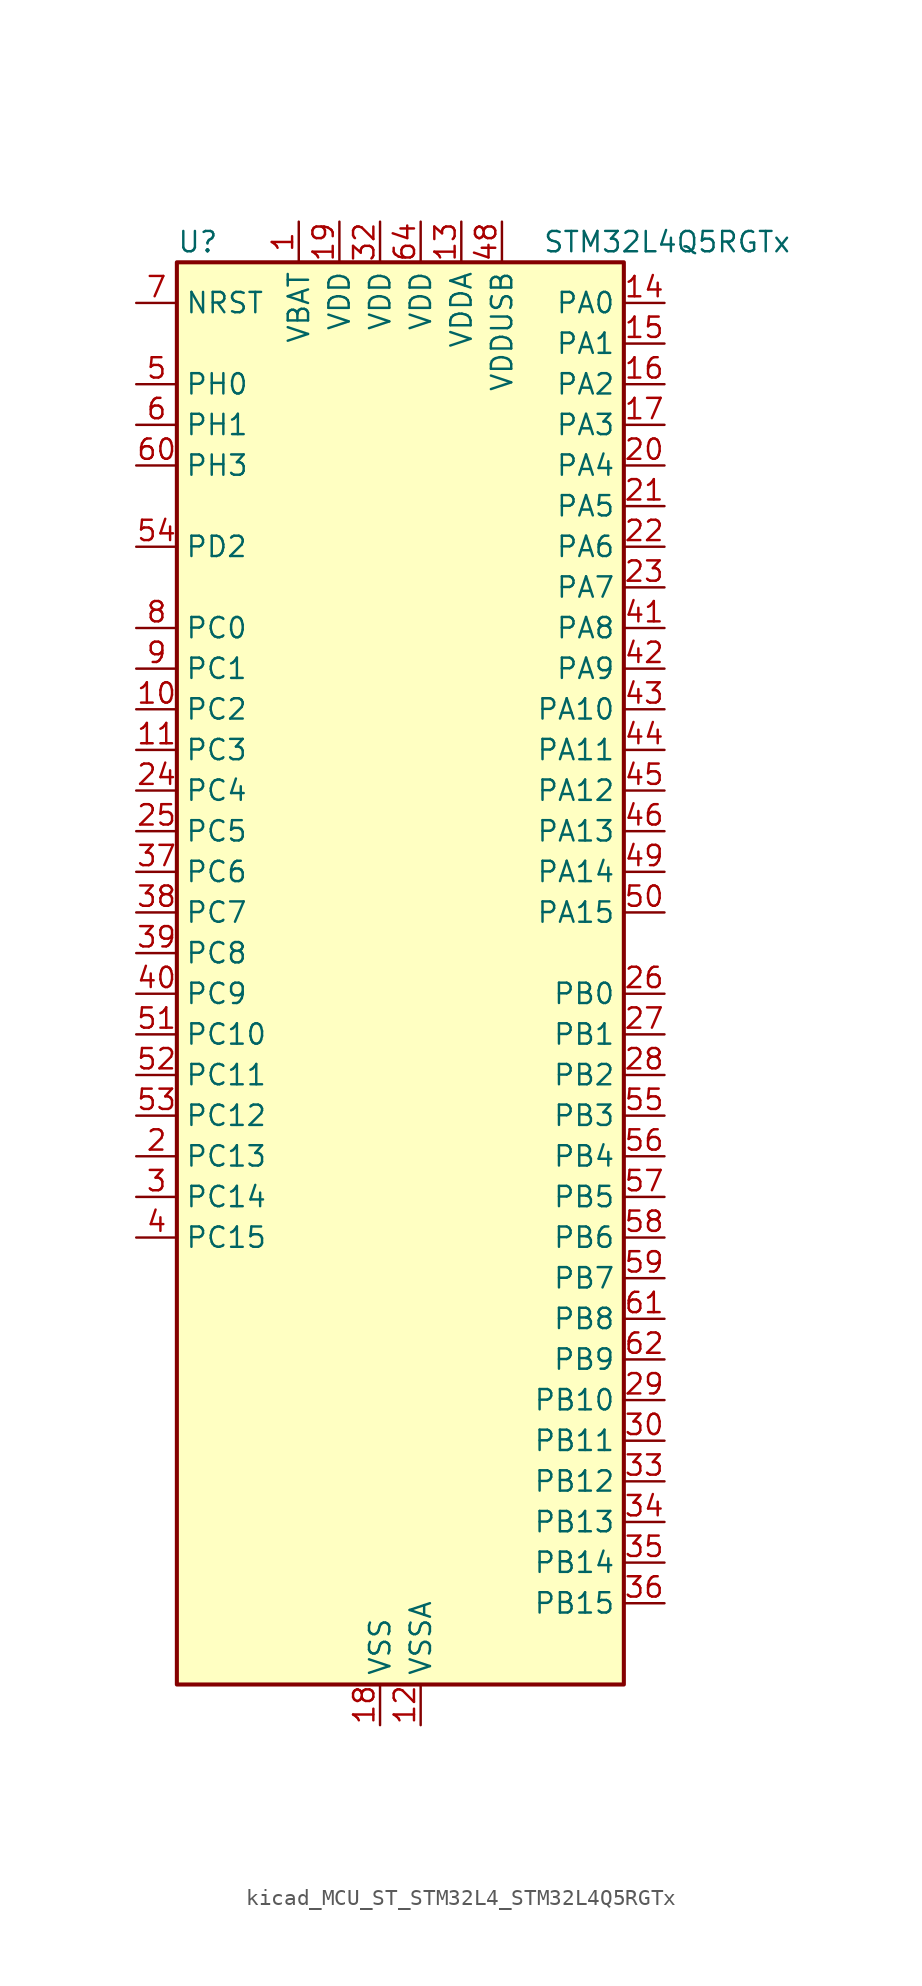
<source format=kicad_sym>
(kicad_symbol_lib
  (version 20220914)
  (generator kicad_symbol_editor)
  (symbol "kicad_MCU_ST_STM32L4_STM32L4Q5RGTx"
    (property "Reference" "U"
      (at -12.7 46.99 0)
      (effects (font (size 1.27 1.27)) (justify left)))
    (property "Value" "STM32L4Q5RGTx"
      (at 10.16 46.99 0)
      (effects (font (size 1.27 1.27)) (justify left)))
    (property "ki_locked" ""
      (at 0 0 0)
      (effects (font (size 1.27 1.27))))
    (symbol "kicad_MCU_ST_STM32L4_STM32L4Q5RGTx_0_1"
      (rectangle (start -12.7 -43.18) (end 15.24 45.72) (stroke (width 0.254) (type default)) (fill (type background))))
    (symbol "kicad_MCU_ST_STM32L4_STM32L4Q5RGTx_1_1"
      (pin power_in line (at -5.08 48.26 270) (length 2.54) (name "VBAT" (effects (font (size 1.27 1.27)))) (number "1" (effects (font (size 1.27 1.27)))))
      (pin bidirectional line (at -15.24 17.78 0) (length 2.54) (name "PC2" (effects (font (size 1.27 1.27)))) (number "10" (effects (font (size 1.27 1.27)))) (alternate "ADC1_IN3" bidirectional line) (alternate "ADC2_IN3" bidirectional line) (alternate "DFSDM1_CKOUT" bidirectional line) (alternate "LPTIM1_IN2" bidirectional line) (alternate "LTDC_HSYNC" bidirectional line) (alternate "OCTOSPIM_P1_IO5" bidirectional line) (alternate "SPI2_MISO" bidirectional line))
      (pin bidirectional line (at -15.24 15.24 0) (length 2.54) (name "PC3" (effects (font (size 1.27 1.27)))) (number "11" (effects (font (size 1.27 1.27)))) (alternate "ADC1_IN4" bidirectional line) (alternate "ADC2_IN4" bidirectional line) (alternate "LPTIM1_ETR" bidirectional line) (alternate "LPTIM2_ETR" bidirectional line) (alternate "OCTOSPIM_P1_IO6" bidirectional line) (alternate "SAI1_D1" bidirectional line) (alternate "SAI1_SD_A" bidirectional line) (alternate "SPI2_MOSI" bidirectional line))
      (pin power_in line (at 2.54 -45.72 90) (length 2.54) (name "VSSA" (effects (font (size 1.27 1.27)))) (number "12" (effects (font (size 1.27 1.27)))))
      (pin power_in line (at 5.08 48.26 270) (length 2.54) (name "VDDA" (effects (font (size 1.27 1.27)))) (number "13" (effects (font (size 1.27 1.27)))))
      (pin bidirectional line (at 17.78 43.18 180) (length 2.54) (name "PA0" (effects (font (size 1.27 1.27)))) (number "14" (effects (font (size 1.27 1.27)))) (alternate "ADC1_IN5" bidirectional line) (alternate "ADC2_IN5" bidirectional line) (alternate "OPAMP1_VINP" bidirectional line) (alternate "RTC_TAMP2" bidirectional line) (alternate "SAI1_EXTCLK" bidirectional line) (alternate "SYS_WKUP1" bidirectional line) (alternate "TIM2_CH1" bidirectional line) (alternate "TIM2_ETR" bidirectional line) (alternate "TIM5_CH1" bidirectional line) (alternate "TIM8_ETR" bidirectional line) (alternate "UART4_TX" bidirectional line) (alternate "USART2_CTS" bidirectional line) (alternate "USART2_NSS" bidirectional line))
      (pin bidirectional line (at 17.78 40.64 180) (length 2.54) (name "PA1" (effects (font (size 1.27 1.27)))) (number "15" (effects (font (size 1.27 1.27)))) (alternate "ADC1_IN6" bidirectional line) (alternate "ADC2_IN6" bidirectional line) (alternate "I2C1_SMBA" bidirectional line) (alternate "OCTOSPIM_P1_DQS" bidirectional line) (alternate "OPAMP1_VINM" bidirectional line) (alternate "SDMMC2_CMD" bidirectional line) (alternate "SPI1_SCK" bidirectional line) (alternate "TIM15_CH1N" bidirectional line) (alternate "TIM2_CH2" bidirectional line) (alternate "TIM5_CH2" bidirectional line) (alternate "UART4_RX" bidirectional line) (alternate "USART2_DE" bidirectional line) (alternate "USART2_RTS" bidirectional line))
      (pin bidirectional line (at 17.78 38.1 180) (length 2.54) (name "PA2" (effects (font (size 1.27 1.27)))) (number "16" (effects (font (size 1.27 1.27)))) (alternate "ADC1_IN7" bidirectional line) (alternate "ADC2_IN7" bidirectional line) (alternate "LPUART1_TX" bidirectional line) (alternate "OCTOSPIM_P1_NCS" bidirectional line) (alternate "RCC_LSCO" bidirectional line) (alternate "SAI2_EXTCLK" bidirectional line) (alternate "SYS_WKUP4" bidirectional line) (alternate "TIM15_CH1" bidirectional line) (alternate "TIM2_CH3" bidirectional line) (alternate "TIM5_CH3" bidirectional line) (alternate "USART2_TX" bidirectional line))
      (pin bidirectional line (at 17.78 35.56 180) (length 2.54) (name "PA3" (effects (font (size 1.27 1.27)))) (number "17" (effects (font (size 1.27 1.27)))) (alternate "ADC1_IN8" bidirectional line) (alternate "ADC2_IN8" bidirectional line) (alternate "LPUART1_RX" bidirectional line) (alternate "OCTOSPIM_P1_CLK" bidirectional line) (alternate "OPAMP1_VOUT" bidirectional line) (alternate "SAI1_CK1" bidirectional line) (alternate "SAI1_MCLK_A" bidirectional line) (alternate "TIM15_CH2" bidirectional line) (alternate "TIM2_CH4" bidirectional line) (alternate "TIM5_CH4" bidirectional line) (alternate "USART2_RX" bidirectional line))
      (pin power_in line (at 0 -45.72 90) (length 2.54) (name "VSS" (effects (font (size 1.27 1.27)))) (number "18" (effects (font (size 1.27 1.27)))))
      (pin power_in line (at -2.54 48.26 270) (length 2.54) (name "VDD" (effects (font (size 1.27 1.27)))) (number "19" (effects (font (size 1.27 1.27)))))
      (pin bidirectional line (at -15.24 -10.16 0) (length 2.54) (name "PC13" (effects (font (size 1.27 1.27)))) (number "2" (effects (font (size 1.27 1.27)))) (alternate "RTC_OUT1" bidirectional line) (alternate "RTC_TAMP1" bidirectional line) (alternate "RTC_TS" bidirectional line) (alternate "SYS_WKUP2" bidirectional line))
      (pin bidirectional line (at 17.78 33.02 180) (length 2.54) (name "PA4" (effects (font (size 1.27 1.27)))) (number "20" (effects (font (size 1.27 1.27)))) (alternate "ADC1_IN9" bidirectional line) (alternate "ADC2_IN9" bidirectional line) (alternate "DAC1_OUT1" bidirectional line) (alternate "DCMI_HSYNC" bidirectional line) (alternate "LPTIM2_OUT" bidirectional line) (alternate "LTDC_CLK" bidirectional line) (alternate "OCTOSPIM_P1_NCS" bidirectional line) (alternate "PSSI_DE" bidirectional line) (alternate "SAI1_FS_B" bidirectional line) (alternate "SPI1_NSS" bidirectional line) (alternate "SPI3_NSS" bidirectional line) (alternate "USART2_CK" bidirectional line))
      (pin bidirectional line (at 17.78 30.48 180) (length 2.54) (name "PA5" (effects (font (size 1.27 1.27)))) (number "21" (effects (font (size 1.27 1.27)))) (alternate "ADC1_IN10" bidirectional line) (alternate "ADC2_IN10" bidirectional line) (alternate "DAC1_OUT2" bidirectional line) (alternate "LPTIM2_ETR" bidirectional line) (alternate "LTDC_R7" bidirectional line) (alternate "PSSI_D14" bidirectional line) (alternate "SPI1_SCK" bidirectional line) (alternate "TIM2_CH1" bidirectional line) (alternate "TIM2_ETR" bidirectional line) (alternate "TIM8_CH1N" bidirectional line))
      (pin bidirectional line (at 17.78 27.94 180) (length 2.54) (name "PA6" (effects (font (size 1.27 1.27)))) (number "22" (effects (font (size 1.27 1.27)))) (alternate "ADC1_IN11" bidirectional line) (alternate "ADC2_IN11" bidirectional line) (alternate "DCMI_PIXCLK" bidirectional line) (alternate "LPUART1_CTS" bidirectional line) (alternate "OCTOSPIM_P1_IO3" bidirectional line) (alternate "OPAMP2_VINP" bidirectional line) (alternate "PSSI_PDCK" bidirectional line) (alternate "SPI1_MISO" bidirectional line) (alternate "TIM16_CH1" bidirectional line) (alternate "TIM1_BKIN" bidirectional line) (alternate "TIM3_CH1" bidirectional line) (alternate "TIM8_BKIN" bidirectional line) (alternate "USART3_CTS" bidirectional line) (alternate "USART3_NSS" bidirectional line))
      (pin bidirectional line (at 17.78 25.4 180) (length 2.54) (name "PA7" (effects (font (size 1.27 1.27)))) (number "23" (effects (font (size 1.27 1.27)))) (alternate "ADC1_IN12" bidirectional line) (alternate "ADC2_IN12" bidirectional line) (alternate "I2C3_SCL" bidirectional line) (alternate "OCTOSPIM_P1_IO2" bidirectional line) (alternate "OPAMP2_VINM" bidirectional line) (alternate "SPI1_MOSI" bidirectional line) (alternate "TIM17_CH1" bidirectional line) (alternate "TIM1_CH1N" bidirectional line) (alternate "TIM3_CH2" bidirectional line) (alternate "TIM8_CH1N" bidirectional line))
      (pin bidirectional line (at -15.24 12.7 0) (length 2.54) (name "PC4" (effects (font (size 1.27 1.27)))) (number "24" (effects (font (size 1.27 1.27)))) (alternate "ADC1_IN13" bidirectional line) (alternate "ADC2_IN13" bidirectional line) (alternate "COMP1_INM" bidirectional line) (alternate "OCTOSPIM_P1_IO7" bidirectional line) (alternate "OCTOSPIM_P2_NCS" bidirectional line) (alternate "USART3_TX" bidirectional line))
      (pin bidirectional line (at -15.24 10.16 0) (length 2.54) (name "PC5" (effects (font (size 1.27 1.27)))) (number "25" (effects (font (size 1.27 1.27)))) (alternate "ADC1_IN14" bidirectional line) (alternate "ADC2_IN14" bidirectional line) (alternate "COMP1_INP" bidirectional line) (alternate "LTDC_CLK" bidirectional line) (alternate "PSSI_D15" bidirectional line) (alternate "SAI1_D3" bidirectional line) (alternate "SYS_WKUP5" bidirectional line) (alternate "USART3_RX" bidirectional line))
      (pin bidirectional line (at 17.78 0 180) (length 2.54) (name "PB0" (effects (font (size 1.27 1.27)))) (number "26" (effects (font (size 1.27 1.27)))) (alternate "ADC1_IN15" bidirectional line) (alternate "ADC2_IN15" bidirectional line) (alternate "COMP1_OUT" bidirectional line) (alternate "LTDC_B6" bidirectional line) (alternate "OCTOSPIM_P1_IO1" bidirectional line) (alternate "OPAMP2_VOUT" bidirectional line) (alternate "SAI1_EXTCLK" bidirectional line) (alternate "SPI1_NSS" bidirectional line) (alternate "TIM1_CH2N" bidirectional line) (alternate "TIM3_CH3" bidirectional line) (alternate "TIM8_CH2N" bidirectional line) (alternate "USART3_CK" bidirectional line))
      (pin bidirectional line (at 17.78 -2.54 180) (length 2.54) (name "PB1" (effects (font (size 1.27 1.27)))) (number "27" (effects (font (size 1.27 1.27)))) (alternate "ADC1_IN16" bidirectional line) (alternate "ADC2_IN16" bidirectional line) (alternate "COMP1_INM" bidirectional line) (alternate "DFSDM1_DATIN0" bidirectional line) (alternate "LPTIM2_IN1" bidirectional line) (alternate "LPUART1_DE" bidirectional line) (alternate "LPUART1_RTS" bidirectional line) (alternate "LTDC_G6" bidirectional line) (alternate "OCTOSPIM_P1_IO0" bidirectional line) (alternate "TIM1_CH3N" bidirectional line) (alternate "TIM3_CH4" bidirectional line) (alternate "TIM8_CH3N" bidirectional line) (alternate "USART3_DE" bidirectional line) (alternate "USART3_RTS" bidirectional line))
      (pin bidirectional line (at 17.78 -5.08 180) (length 2.54) (name "PB2" (effects (font (size 1.27 1.27)))) (number "28" (effects (font (size 1.27 1.27)))) (alternate "COMP1_INP" bidirectional line) (alternate "DFSDM1_CKIN0" bidirectional line) (alternate "I2C3_SMBA" bidirectional line) (alternate "LPTIM1_OUT" bidirectional line) (alternate "OCTOSPIM_P1_DQS" bidirectional line) (alternate "RTC_OUT2" bidirectional line))
      (pin bidirectional line (at 17.78 -25.4 180) (length 2.54) (name "PB10" (effects (font (size 1.27 1.27)))) (number "29" (effects (font (size 1.27 1.27)))) (alternate "COMP1_OUT" bidirectional line) (alternate "I2C2_SCL" bidirectional line) (alternate "I2C4_SCL" bidirectional line) (alternate "LPUART1_RX" bidirectional line) (alternate "OCTOSPIM_P1_CLK" bidirectional line) (alternate "OCTOSPIM_P1_IO3" bidirectional line) (alternate "SAI1_SCK_A" bidirectional line) (alternate "SPI2_SCK" bidirectional line) (alternate "TIM2_CH3" bidirectional line) (alternate "TSC_SYNC" bidirectional line) (alternate "USART3_TX" bidirectional line))
      (pin bidirectional line (at -15.24 -12.7 0) (length 2.54) (name "PC14" (effects (font (size 1.27 1.27)))) (number "3" (effects (font (size 1.27 1.27)))) (alternate "RCC_OSC32_IN" bidirectional line))
      (pin bidirectional line (at 17.78 -27.94 180) (length 2.54) (name "PB11" (effects (font (size 1.27 1.27)))) (number "30" (effects (font (size 1.27 1.27)))) (alternate "ADC1_EXTI11" bidirectional line) (alternate "ADC2_EXTI11" bidirectional line) (alternate "COMP2_OUT" bidirectional line) (alternate "I2C2_SDA" bidirectional line) (alternate "I2C4_SDA" bidirectional line) (alternate "LPUART1_TX" bidirectional line) (alternate "LTDC_VSYNC" bidirectional line) (alternate "OCTOSPIM_P1_NCS" bidirectional line) (alternate "TIM2_CH4" bidirectional line) (alternate "USART3_RX" bidirectional line))
      (pin passive line (at 0 -45.72 90) (length 2.54) hide (name "VSS" (effects (font (size 1.27 1.27)))) (number "31" (effects (font (size 1.27 1.27)))))
      (pin power_in line (at 0 48.26 270) (length 2.54) (name "VDD" (effects (font (size 1.27 1.27)))) (number "32" (effects (font (size 1.27 1.27)))))
      (pin bidirectional line (at 17.78 -30.48 180) (length 2.54) (name "PB12" (effects (font (size 1.27 1.27)))) (number "33" (effects (font (size 1.27 1.27)))) (alternate "DFSDM1_DATIN1" bidirectional line) (alternate "I2C2_SMBA" bidirectional line) (alternate "LPUART1_DE" bidirectional line) (alternate "LPUART1_RTS" bidirectional line) (alternate "OCTOSPIM_P1_NCLK" bidirectional line) (alternate "SAI2_FS_A" bidirectional line) (alternate "SDMMC2_CK" bidirectional line) (alternate "SPI2_NSS" bidirectional line) (alternate "TIM15_BKIN" bidirectional line) (alternate "TIM1_BKIN" bidirectional line) (alternate "TSC_G1_IO1" bidirectional line) (alternate "USART3_CK" bidirectional line))
      (pin bidirectional line (at 17.78 -33.02 180) (length 2.54) (name "PB13" (effects (font (size 1.27 1.27)))) (number "34" (effects (font (size 1.27 1.27)))) (alternate "DFSDM1_CKIN1" bidirectional line) (alternate "I2C2_SCL" bidirectional line) (alternate "LPUART1_CTS" bidirectional line) (alternate "OCTOSPIM_P1_IO1" bidirectional line) (alternate "SAI2_SCK_A" bidirectional line) (alternate "SPI2_SCK" bidirectional line) (alternate "TIM15_CH1N" bidirectional line) (alternate "TIM1_CH1N" bidirectional line) (alternate "TSC_G1_IO2" bidirectional line) (alternate "USART3_CTS" bidirectional line) (alternate "USART3_NSS" bidirectional line))
      (pin bidirectional line (at 17.78 -35.56 180) (length 2.54) (name "PB14" (effects (font (size 1.27 1.27)))) (number "35" (effects (font (size 1.27 1.27)))) (alternate "DFSDM1_DATIN2" bidirectional line) (alternate "I2C2_SDA" bidirectional line) (alternate "OCTOSPIM_P1_IO6" bidirectional line) (alternate "SAI2_MCLK_A" bidirectional line) (alternate "SDMMC2_D0" bidirectional line) (alternate "SPI2_MISO" bidirectional line) (alternate "TIM15_CH1" bidirectional line) (alternate "TIM1_CH2N" bidirectional line) (alternate "TIM8_CH2N" bidirectional line) (alternate "TSC_G1_IO3" bidirectional line) (alternate "USART3_DE" bidirectional line) (alternate "USART3_RTS" bidirectional line))
      (pin bidirectional line (at 17.78 -38.1 180) (length 2.54) (name "PB15" (effects (font (size 1.27 1.27)))) (number "36" (effects (font (size 1.27 1.27)))) (alternate "ADC1_EXTI15" bidirectional line) (alternate "ADC2_EXTI15" bidirectional line) (alternate "DFSDM1_CKIN2" bidirectional line) (alternate "OCTOSPIM_P1_IO7" bidirectional line) (alternate "RTC_REFIN" bidirectional line) (alternate "SAI2_SD_A" bidirectional line) (alternate "SDMMC2_D1" bidirectional line) (alternate "SPI2_MOSI" bidirectional line) (alternate "TIM15_CH2" bidirectional line) (alternate "TIM1_CH3N" bidirectional line) (alternate "TIM8_CH3N" bidirectional line) (alternate "TSC_G1_IO4" bidirectional line))
      (pin bidirectional line (at -15.24 7.62 0) (length 2.54) (name "PC6" (effects (font (size 1.27 1.27)))) (number "37" (effects (font (size 1.27 1.27)))) (alternate "DCMI_D0" bidirectional line) (alternate "DFSDM1_CKIN3" bidirectional line) (alternate "LTDC_G7" bidirectional line) (alternate "PSSI_D0" bidirectional line) (alternate "SAI2_MCLK_A" bidirectional line) (alternate "SDMMC1_D0DIR" bidirectional line) (alternate "SDMMC1_D6" bidirectional line) (alternate "SDMMC2_D6" bidirectional line) (alternate "TIM3_CH1" bidirectional line) (alternate "TIM8_CH1" bidirectional line) (alternate "TSC_G4_IO1" bidirectional line))
      (pin bidirectional line (at -15.24 5.08 0) (length 2.54) (name "PC7" (effects (font (size 1.27 1.27)))) (number "38" (effects (font (size 1.27 1.27)))) (alternate "DCMI_D1" bidirectional line) (alternate "DFSDM1_DATIN3" bidirectional line) (alternate "LTDC_B6" bidirectional line) (alternate "PSSI_D1" bidirectional line) (alternate "SAI2_MCLK_B" bidirectional line) (alternate "SDMMC1_D123DIR" bidirectional line) (alternate "SDMMC1_D7" bidirectional line) (alternate "SDMMC2_D7" bidirectional line) (alternate "TIM3_CH2" bidirectional line) (alternate "TIM8_CH2" bidirectional line) (alternate "TSC_G4_IO2" bidirectional line))
      (pin bidirectional line (at -15.24 2.54 0) (length 2.54) (name "PC8" (effects (font (size 1.27 1.27)))) (number "39" (effects (font (size 1.27 1.27)))) (alternate "DCMI_D2" bidirectional line) (alternate "PSSI_D2" bidirectional line) (alternate "SDMMC1_D0" bidirectional line) (alternate "TIM3_CH3" bidirectional line) (alternate "TIM8_CH3" bidirectional line) (alternate "TSC_G4_IO3" bidirectional line))
      (pin bidirectional line (at -15.24 -15.24 0) (length 2.54) (name "PC15" (effects (font (size 1.27 1.27)))) (number "4" (effects (font (size 1.27 1.27)))) (alternate "ADC1_EXTI15" bidirectional line) (alternate "ADC2_EXTI15" bidirectional line) (alternate "RCC_OSC32_OUT" bidirectional line))
      (pin bidirectional line (at -15.24 0 0) (length 2.54) (name "PC9" (effects (font (size 1.27 1.27)))) (number "40" (effects (font (size 1.27 1.27)))) (alternate "DAC1_EXTI9" bidirectional line) (alternate "DCMI_D3" bidirectional line) (alternate "I2C3_SDA" bidirectional line) (alternate "PSSI_D3" bidirectional line) (alternate "SAI2_EXTCLK" bidirectional line) (alternate "SDMMC1_D1" bidirectional line) (alternate "SYS_TRACED0" bidirectional line) (alternate "TIM3_CH4" bidirectional line) (alternate "TIM8_BKIN2" bidirectional line) (alternate "TIM8_CH4" bidirectional line) (alternate "TSC_G4_IO4" bidirectional line) (alternate "USB_OTG_FS_NOE" bidirectional line))
      (pin bidirectional line (at 17.78 22.86 180) (length 2.54) (name "PA8" (effects (font (size 1.27 1.27)))) (number "41" (effects (font (size 1.27 1.27)))) (alternate "LPTIM2_OUT" bidirectional line) (alternate "LTDC_B7" bidirectional line) (alternate "RCC_MCO" bidirectional line) (alternate "SAI1_CK2" bidirectional line) (alternate "SAI1_SCK_A" bidirectional line) (alternate "TIM1_CH1" bidirectional line) (alternate "USART1_CK" bidirectional line) (alternate "USB_OTG_FS_SOF" bidirectional line))
      (pin bidirectional line (at 17.78 20.32 180) (length 2.54) (name "PA9" (effects (font (size 1.27 1.27)))) (number "42" (effects (font (size 1.27 1.27)))) (alternate "DAC1_EXTI9" bidirectional line) (alternate "DCMI_D0" bidirectional line) (alternate "LTDC_G7" bidirectional line) (alternate "PSSI_D0" bidirectional line) (alternate "SAI1_FS_A" bidirectional line) (alternate "SPI2_SCK" bidirectional line) (alternate "TIM15_BKIN" bidirectional line) (alternate "TIM1_CH2" bidirectional line) (alternate "USART1_TX" bidirectional line) (alternate "USB_OTG_FS_VBUS" bidirectional line))
      (pin bidirectional line (at 17.78 17.78 180) (length 2.54) (name "PA10" (effects (font (size 1.27 1.27)))) (number "43" (effects (font (size 1.27 1.27)))) (alternate "DCMI_D1" bidirectional line) (alternate "LTDC_G6" bidirectional line) (alternate "PSSI_D1" bidirectional line) (alternate "SAI1_D1" bidirectional line) (alternate "SAI1_SD_A" bidirectional line) (alternate "TIM17_BKIN" bidirectional line) (alternate "TIM1_CH3" bidirectional line) (alternate "USART1_RX" bidirectional line) (alternate "USB_OTG_FS_ID" bidirectional line))
      (pin bidirectional line (at 17.78 15.24 180) (length 2.54) (name "PA11" (effects (font (size 1.27 1.27)))) (number "44" (effects (font (size 1.27 1.27)))) (alternate "ADC1_EXTI11" bidirectional line) (alternate "ADC2_EXTI11" bidirectional line) (alternate "CAN1_RX" bidirectional line) (alternate "LTDC_DE" bidirectional line) (alternate "SPI1_MISO" bidirectional line) (alternate "TIM1_BKIN2" bidirectional line) (alternate "TIM1_CH4" bidirectional line) (alternate "USART1_CTS" bidirectional line) (alternate "USART1_NSS" bidirectional line) (alternate "USB_OTG_FS_DM" bidirectional line))
      (pin bidirectional line (at 17.78 12.7 180) (length 2.54) (name "PA12" (effects (font (size 1.27 1.27)))) (number "45" (effects (font (size 1.27 1.27)))) (alternate "CAN1_TX" bidirectional line) (alternate "LTDC_VSYNC" bidirectional line) (alternate "OCTOSPIM_P2_NCS" bidirectional line) (alternate "SPI1_MOSI" bidirectional line) (alternate "TIM1_ETR" bidirectional line) (alternate "USART1_DE" bidirectional line) (alternate "USART1_RTS" bidirectional line) (alternate "USB_OTG_FS_DP" bidirectional line))
      (pin bidirectional line (at 17.78 10.16 180) (length 2.54) (name "PA13" (effects (font (size 1.27 1.27)))) (number "46" (effects (font (size 1.27 1.27)))) (alternate "IR_OUT" bidirectional line) (alternate "SAI1_SD_B" bidirectional line) (alternate "SYS_JTMS-SWDIO" bidirectional line) (alternate "USB_OTG_FS_NOE" bidirectional line))
      (pin passive line (at 0 -45.72 90) (length 2.54) hide (name "VSS" (effects (font (size 1.27 1.27)))) (number "47" (effects (font (size 1.27 1.27)))))
      (pin power_in line (at 7.62 48.26 270) (length 2.54) (name "VDDUSB" (effects (font (size 1.27 1.27)))) (number "48" (effects (font (size 1.27 1.27)))))
      (pin bidirectional line (at 17.78 7.62 180) (length 2.54) (name "PA14" (effects (font (size 1.27 1.27)))) (number "49" (effects (font (size 1.27 1.27)))) (alternate "I2C1_SMBA" bidirectional line) (alternate "I2C4_SMBA" bidirectional line) (alternate "LPTIM1_OUT" bidirectional line) (alternate "SAI1_FS_B" bidirectional line) (alternate "SYS_JTCK-SWCLK" bidirectional line) (alternate "USB_OTG_FS_SOF" bidirectional line))
      (pin bidirectional line (at -15.24 38.1 0) (length 2.54) (name "PH0" (effects (font (size 1.27 1.27)))) (number "5" (effects (font (size 1.27 1.27)))) (alternate "RCC_OSC_IN" bidirectional line))
      (pin bidirectional line (at 17.78 5.08 180) (length 2.54) (name "PA15" (effects (font (size 1.27 1.27)))) (number "50" (effects (font (size 1.27 1.27)))) (alternate "ADC1_EXTI15" bidirectional line) (alternate "ADC2_EXTI15" bidirectional line) (alternate "LTDC_HSYNC" bidirectional line) (alternate "SAI2_FS_B" bidirectional line) (alternate "SPI1_NSS" bidirectional line) (alternate "SPI3_NSS" bidirectional line) (alternate "SYS_JTDI" bidirectional line) (alternate "TIM2_CH1" bidirectional line) (alternate "TIM2_ETR" bidirectional line) (alternate "TSC_G3_IO1" bidirectional line) (alternate "UART4_DE" bidirectional line) (alternate "UART4_RTS" bidirectional line) (alternate "USART2_RX" bidirectional line) (alternate "USART3_DE" bidirectional line) (alternate "USART3_RTS" bidirectional line))
      (pin bidirectional line (at -15.24 -2.54 0) (length 2.54) (name "PC10" (effects (font (size 1.27 1.27)))) (number "51" (effects (font (size 1.27 1.27)))) (alternate "DCMI_D8" bidirectional line) (alternate "DCMI_VSYNC" bidirectional line) (alternate "PSSI_D8" bidirectional line) (alternate "PSSI_RDY" bidirectional line) (alternate "SAI2_SCK_B" bidirectional line) (alternate "SDMMC1_D2" bidirectional line) (alternate "SPI3_SCK" bidirectional line) (alternate "SYS_TRACED1" bidirectional line) (alternate "TSC_G3_IO2" bidirectional line) (alternate "UART4_TX" bidirectional line) (alternate "USART3_TX" bidirectional line))
      (pin bidirectional line (at -15.24 -5.08 0) (length 2.54) (name "PC11" (effects (font (size 1.27 1.27)))) (number "52" (effects (font (size 1.27 1.27)))) (alternate "ADC1_EXTI11" bidirectional line) (alternate "ADC2_EXTI11" bidirectional line) (alternate "DCMI_D2" bidirectional line) (alternate "DCMI_D4" bidirectional line) (alternate "OCTOSPIM_P1_NCS" bidirectional line) (alternate "PSSI_D2" bidirectional line) (alternate "PSSI_D4" bidirectional line) (alternate "SAI2_MCLK_B" bidirectional line) (alternate "SDMMC1_D3" bidirectional line) (alternate "SPI3_MISO" bidirectional line) (alternate "TSC_G3_IO3" bidirectional line) (alternate "UART4_RX" bidirectional line) (alternate "USART3_RX" bidirectional line))
      (pin bidirectional line (at -15.24 -7.62 0) (length 2.54) (name "PC12" (effects (font (size 1.27 1.27)))) (number "53" (effects (font (size 1.27 1.27)))) (alternate "DCMI_D9" bidirectional line) (alternate "LTDC_R6" bidirectional line) (alternate "PSSI_D9" bidirectional line) (alternate "SAI2_SD_B" bidirectional line) (alternate "SDMMC1_CK" bidirectional line) (alternate "SPI3_MOSI" bidirectional line) (alternate "SYS_TRACED3" bidirectional line) (alternate "TSC_G3_IO4" bidirectional line) (alternate "USART3_CK" bidirectional line))
      (pin bidirectional line (at -15.24 27.94 0) (length 2.54) (name "PD2" (effects (font (size 1.27 1.27)))) (number "54" (effects (font (size 1.27 1.27)))) (alternate "DCMI_D11" bidirectional line) (alternate "PSSI_D11" bidirectional line) (alternate "SDMMC1_CMD" bidirectional line) (alternate "SYS_TRACED2" bidirectional line) (alternate "TIM3_ETR" bidirectional line) (alternate "TSC_SYNC" bidirectional line) (alternate "USART3_DE" bidirectional line) (alternate "USART3_RTS" bidirectional line))
      (pin bidirectional line (at 17.78 -7.62 180) (length 2.54) (name "PB3" (effects (font (size 1.27 1.27)))) (number "55" (effects (font (size 1.27 1.27)))) (alternate "COMP2_INM" bidirectional line) (alternate "CRS_SYNC" bidirectional line) (alternate "OCTOSPIM_P1_IO4" bidirectional line) (alternate "SAI1_SCK_B" bidirectional line) (alternate "SDMMC2_D2" bidirectional line) (alternate "SPI1_SCK" bidirectional line) (alternate "SPI3_SCK" bidirectional line) (alternate "SYS_JTDO-SWO" bidirectional line) (alternate "TIM2_CH2" bidirectional line) (alternate "USART1_DE" bidirectional line) (alternate "USART1_RTS" bidirectional line))
      (pin bidirectional line (at 17.78 -10.16 180) (length 2.54) (name "PB4" (effects (font (size 1.27 1.27)))) (number "56" (effects (font (size 1.27 1.27)))) (alternate "COMP2_INP" bidirectional line) (alternate "DCMI_D12" bidirectional line) (alternate "I2C3_SDA" bidirectional line) (alternate "OCTOSPIM_P1_IO5" bidirectional line) (alternate "PSSI_D12" bidirectional line) (alternate "SAI1_MCLK_B" bidirectional line) (alternate "SDMMC2_D3" bidirectional line) (alternate "SPI1_MISO" bidirectional line) (alternate "SPI3_MISO" bidirectional line) (alternate "SYS_JTRST" bidirectional line) (alternate "TIM17_BKIN" bidirectional line) (alternate "TIM3_CH1" bidirectional line) (alternate "TSC_G2_IO1" bidirectional line) (alternate "USART1_CTS" bidirectional line) (alternate "USART1_NSS" bidirectional line))
      (pin bidirectional line (at 17.78 -12.7 180) (length 2.54) (name "PB5" (effects (font (size 1.27 1.27)))) (number "57" (effects (font (size 1.27 1.27)))) (alternate "COMP2_OUT" bidirectional line) (alternate "DCMI_D10" bidirectional line) (alternate "I2C1_SMBA" bidirectional line) (alternate "LPTIM1_IN1" bidirectional line) (alternate "OCTOSPIM_P1_IO0" bidirectional line) (alternate "PSSI_D10" bidirectional line) (alternate "SAI1_SD_B" bidirectional line) (alternate "SPI1_MOSI" bidirectional line) (alternate "SPI3_MOSI" bidirectional line) (alternate "TIM16_BKIN" bidirectional line) (alternate "TIM3_CH2" bidirectional line) (alternate "TSC_G2_IO2" bidirectional line) (alternate "USART1_CK" bidirectional line))
      (pin bidirectional line (at 17.78 -15.24 180) (length 2.54) (name "PB6" (effects (font (size 1.27 1.27)))) (number "58" (effects (font (size 1.27 1.27)))) (alternate "COMP2_INP" bidirectional line) (alternate "DCMI_D5" bidirectional line) (alternate "I2C1_SCL" bidirectional line) (alternate "I2C4_SCL" bidirectional line) (alternate "LPTIM1_ETR" bidirectional line) (alternate "LTDC_R6" bidirectional line) (alternate "PSSI_D5" bidirectional line) (alternate "SAI1_FS_B" bidirectional line) (alternate "TIM16_CH1N" bidirectional line) (alternate "TIM4_CH1" bidirectional line) (alternate "TIM8_BKIN2" bidirectional line) (alternate "TSC_G2_IO3" bidirectional line) (alternate "USART1_TX" bidirectional line))
      (pin bidirectional line (at 17.78 -17.78 180) (length 2.54) (name "PB7" (effects (font (size 1.27 1.27)))) (number "59" (effects (font (size 1.27 1.27)))) (alternate "COMP2_INM" bidirectional line) (alternate "DCMI_VSYNC" bidirectional line) (alternate "I2C1_SDA" bidirectional line) (alternate "I2C4_SDA" bidirectional line) (alternate "LPTIM1_IN2" bidirectional line) (alternate "LTDC_VSYNC" bidirectional line) (alternate "PSSI_RDY" bidirectional line) (alternate "SYS_PVD_IN" bidirectional line) (alternate "TIM17_CH1N" bidirectional line) (alternate "TIM4_CH2" bidirectional line) (alternate "TIM8_BKIN" bidirectional line) (alternate "TSC_G2_IO4" bidirectional line) (alternate "UART4_CTS" bidirectional line) (alternate "USART1_RX" bidirectional line))
      (pin bidirectional line (at -15.24 35.56 0) (length 2.54) (name "PH1" (effects (font (size 1.27 1.27)))) (number "6" (effects (font (size 1.27 1.27)))) (alternate "RCC_OSC_OUT" bidirectional line))
      (pin bidirectional line (at -15.24 33.02 0) (length 2.54) (name "PH3" (effects (font (size 1.27 1.27)))) (number "60" (effects (font (size 1.27 1.27)))))
      (pin bidirectional line (at 17.78 -20.32 180) (length 2.54) (name "PB8" (effects (font (size 1.27 1.27)))) (number "61" (effects (font (size 1.27 1.27)))) (alternate "CAN1_RX" bidirectional line) (alternate "DCMI_D6" bidirectional line) (alternate "DFSDM1_CKOUT" bidirectional line) (alternate "I2C1_SCL" bidirectional line) (alternate "LTDC_DE" bidirectional line) (alternate "PSSI_D6" bidirectional line) (alternate "SAI1_CK1" bidirectional line) (alternate "SAI1_MCLK_A" bidirectional line) (alternate "SDMMC1_CKIN" bidirectional line) (alternate "SDMMC1_D4" bidirectional line) (alternate "SDMMC2_D4" bidirectional line) (alternate "TIM16_CH1" bidirectional line) (alternate "TIM4_CH3" bidirectional line))
      (pin bidirectional line (at 17.78 -22.86 180) (length 2.54) (name "PB9" (effects (font (size 1.27 1.27)))) (number "62" (effects (font (size 1.27 1.27)))) (alternate "CAN1_TX" bidirectional line) (alternate "DAC1_EXTI9" bidirectional line) (alternate "DCMI_D7" bidirectional line) (alternate "I2C1_SDA" bidirectional line) (alternate "IR_OUT" bidirectional line) (alternate "PSSI_D7" bidirectional line) (alternate "SAI1_D2" bidirectional line) (alternate "SAI1_FS_A" bidirectional line) (alternate "SDMMC1_CDIR" bidirectional line) (alternate "SDMMC1_D5" bidirectional line) (alternate "SDMMC2_D5" bidirectional line) (alternate "SPI2_NSS" bidirectional line) (alternate "TIM17_CH1" bidirectional line) (alternate "TIM4_CH4" bidirectional line))
      (pin passive line (at 0 -45.72 90) (length 2.54) hide (name "VSS" (effects (font (size 1.27 1.27)))) (number "63" (effects (font (size 1.27 1.27)))))
      (pin power_in line (at 2.54 48.26 270) (length 2.54) (name "VDD" (effects (font (size 1.27 1.27)))) (number "64" (effects (font (size 1.27 1.27)))))
      (pin input line (at -15.24 43.18 0) (length 2.54) (name "NRST" (effects (font (size 1.27 1.27)))) (number "7" (effects (font (size 1.27 1.27)))))
      (pin bidirectional line (at -15.24 22.86 0) (length 2.54) (name "PC0" (effects (font (size 1.27 1.27)))) (number "8" (effects (font (size 1.27 1.27)))) (alternate "ADC1_IN1" bidirectional line) (alternate "ADC2_IN1" bidirectional line) (alternate "I2C3_SCL" bidirectional line) (alternate "LPTIM1_IN1" bidirectional line) (alternate "LPTIM2_IN1" bidirectional line) (alternate "LPUART1_RX" bidirectional line) (alternate "LTDC_DE" bidirectional line) (alternate "SAI2_FS_A" bidirectional line) (alternate "SDMMC1_CMD" bidirectional line) (alternate "SDMMC2_CKIN" bidirectional line))
      (pin bidirectional line (at -15.24 20.32 0) (length 2.54) (name "PC1" (effects (font (size 1.27 1.27)))) (number "9" (effects (font (size 1.27 1.27)))) (alternate "ADC1_IN2" bidirectional line) (alternate "ADC2_IN2" bidirectional line) (alternate "I2C3_SDA" bidirectional line) (alternate "LPTIM1_OUT" bidirectional line) (alternate "LPUART1_TX" bidirectional line) (alternate "OCTOSPIM_P1_IO4" bidirectional line) (alternate "SAI1_SD_A" bidirectional line) (alternate "SPI2_MOSI" bidirectional line) (alternate "SYS_TRACED0" bidirectional line)))))
</source>
